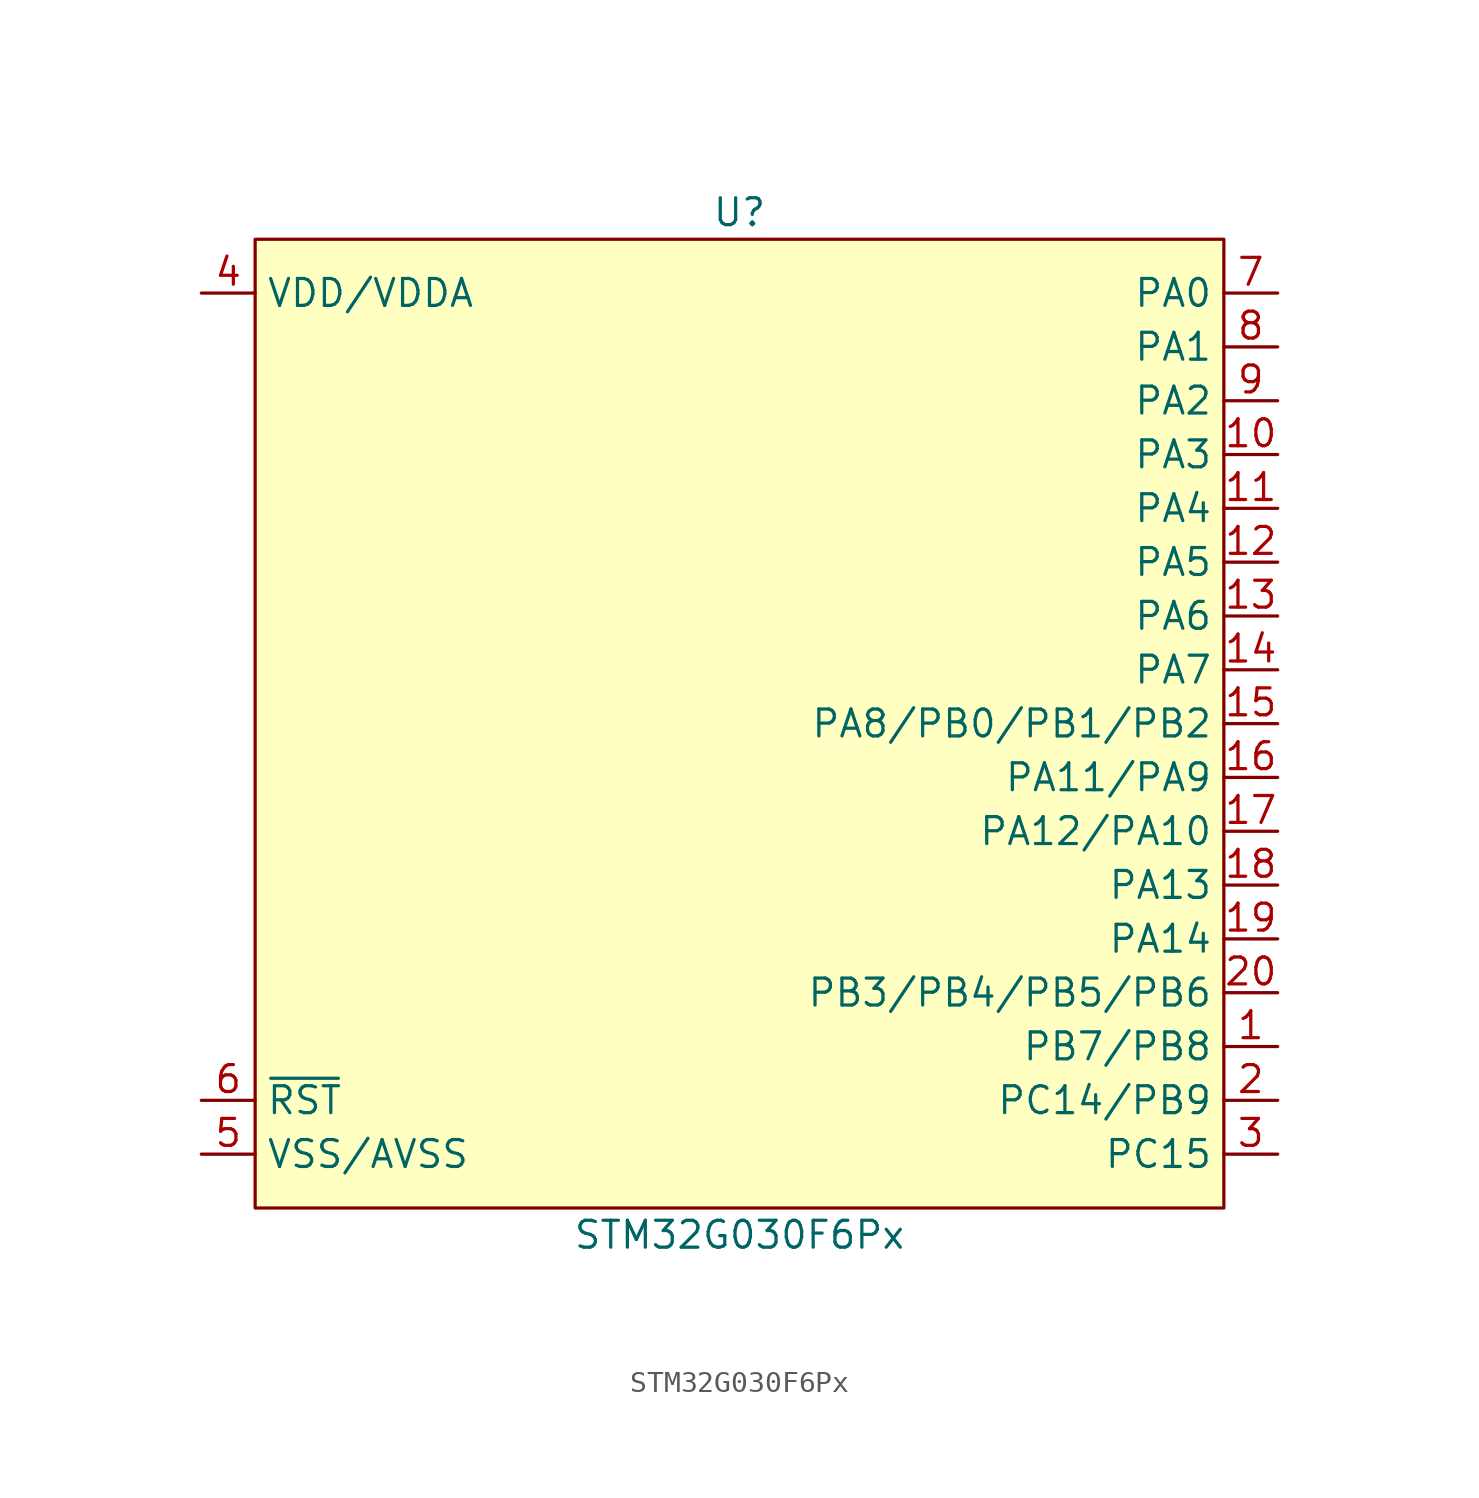
<source format=kicad_sym>
(kicad_symbol_lib
  (version 20220914)
  (generator kicad_symbol_editor)
  (symbol "STM32G030F6Px"
    (property "Reference" "U"
      (at 0 46.99 0)
      (effects (font (size 1.27 1.27))))
    (property "Value" "STM32G030F6Px"
      (at 0 -1.27 0)
      (effects (font (size 1.27 1.27))))
    (symbol "STM32G030F6Px_0_1"
      (rectangle (start -22.86 45.72) (end 22.86 0) (stroke (width 0) (type default)) (fill (type background))))
    (symbol "STM32G030F6Px_1_1"
      (pin bidirectional line (at 25.4 7.62 180) (length 2.54) (name "PB7/PB8" (effects (font (size 1.27 1.27)))) (number "1" (effects (font (size 1.27 1.27)))))
      (pin bidirectional line (at 25.4 35.56 180) (length 2.54) (name "PA3" (effects (font (size 1.27 1.27)))) (number "10" (effects (font (size 1.27 1.27)))))
      (pin bidirectional line (at 25.4 33.02 180) (length 2.54) (name "PA4" (effects (font (size 1.27 1.27)))) (number "11" (effects (font (size 1.27 1.27)))))
      (pin bidirectional line (at 25.4 30.48 180) (length 2.54) (name "PA5" (effects (font (size 1.27 1.27)))) (number "12" (effects (font (size 1.27 1.27)))))
      (pin bidirectional line (at 25.4 27.94 180) (length 2.54) (name "PA6" (effects (font (size 1.27 1.27)))) (number "13" (effects (font (size 1.27 1.27)))))
      (pin bidirectional line (at 25.4 25.4 180) (length 2.54) (name "PA7" (effects (font (size 1.27 1.27)))) (number "14" (effects (font (size 1.27 1.27)))))
      (pin bidirectional line (at 25.4 22.86 180) (length 2.54) (name "PA8/PB0/PB1/PB2" (effects (font (size 1.27 1.27)))) (number "15" (effects (font (size 1.27 1.27)))))
      (pin bidirectional line (at 25.4 20.32 180) (length 2.54) (name "PA11/PA9" (effects (font (size 1.27 1.27)))) (number "16" (effects (font (size 1.27 1.27)))))
      (pin bidirectional line (at 25.4 17.78 180) (length 2.54) (name "PA12/PA10" (effects (font (size 1.27 1.27)))) (number "17" (effects (font (size 1.27 1.27)))))
      (pin bidirectional line (at 25.4 15.24 180) (length 2.54) (name "PA13" (effects (font (size 1.27 1.27)))) (number "18" (effects (font (size 1.27 1.27)))))
      (pin bidirectional line (at 25.4 12.7 180) (length 2.54) (name "PA14" (effects (font (size 1.27 1.27)))) (number "19" (effects (font (size 1.27 1.27)))))
      (pin bidirectional line (at 25.4 5.08 180) (length 2.54) (name "PC14/PB9" (effects (font (size 1.27 1.27)))) (number "2" (effects (font (size 1.27 1.27)))))
      (pin bidirectional line (at 25.4 10.16 180) (length 2.54) (name "PB3/PB4/PB5/PB6" (effects (font (size 1.27 1.27)))) (number "20" (effects (font (size 1.27 1.27)))))
      (pin bidirectional line (at 25.4 2.54 180) (length 2.54) (name "PC15" (effects (font (size 1.27 1.27)))) (number "3" (effects (font (size 1.27 1.27)))))
      (pin power_in line (at -25.4 43.18 0) (length 2.54) (name "VDD/VDDA" (effects (font (size 1.27 1.27)))) (number "4" (effects (font (size 1.27 1.27)))))
      (pin power_in line (at -25.4 2.54 0) (length 2.54) (name "VSS/AVSS" (effects (font (size 1.27 1.27)))) (number "5" (effects (font (size 1.27 1.27)))))
      (pin input line (at -25.4 5.08 0) (length 2.54) (name "~{RST}" (effects (font (size 1.27 1.27)))) (number "6" (effects (font (size 1.27 1.27)))))
      (pin bidirectional line (at 25.4 43.18 180) (length 2.54) (name "PA0" (effects (font (size 1.27 1.27)))) (number "7" (effects (font (size 1.27 1.27)))))
      (pin bidirectional line (at 25.4 40.64 180) (length 2.54) (name "PA1" (effects (font (size 1.27 1.27)))) (number "8" (effects (font (size 1.27 1.27)))))
      (pin bidirectional line (at 25.4 38.1 180) (length 2.54) (name "PA2" (effects (font (size 1.27 1.27)))) (number "9" (effects (font (size 1.27 1.27))))))))
</source>
